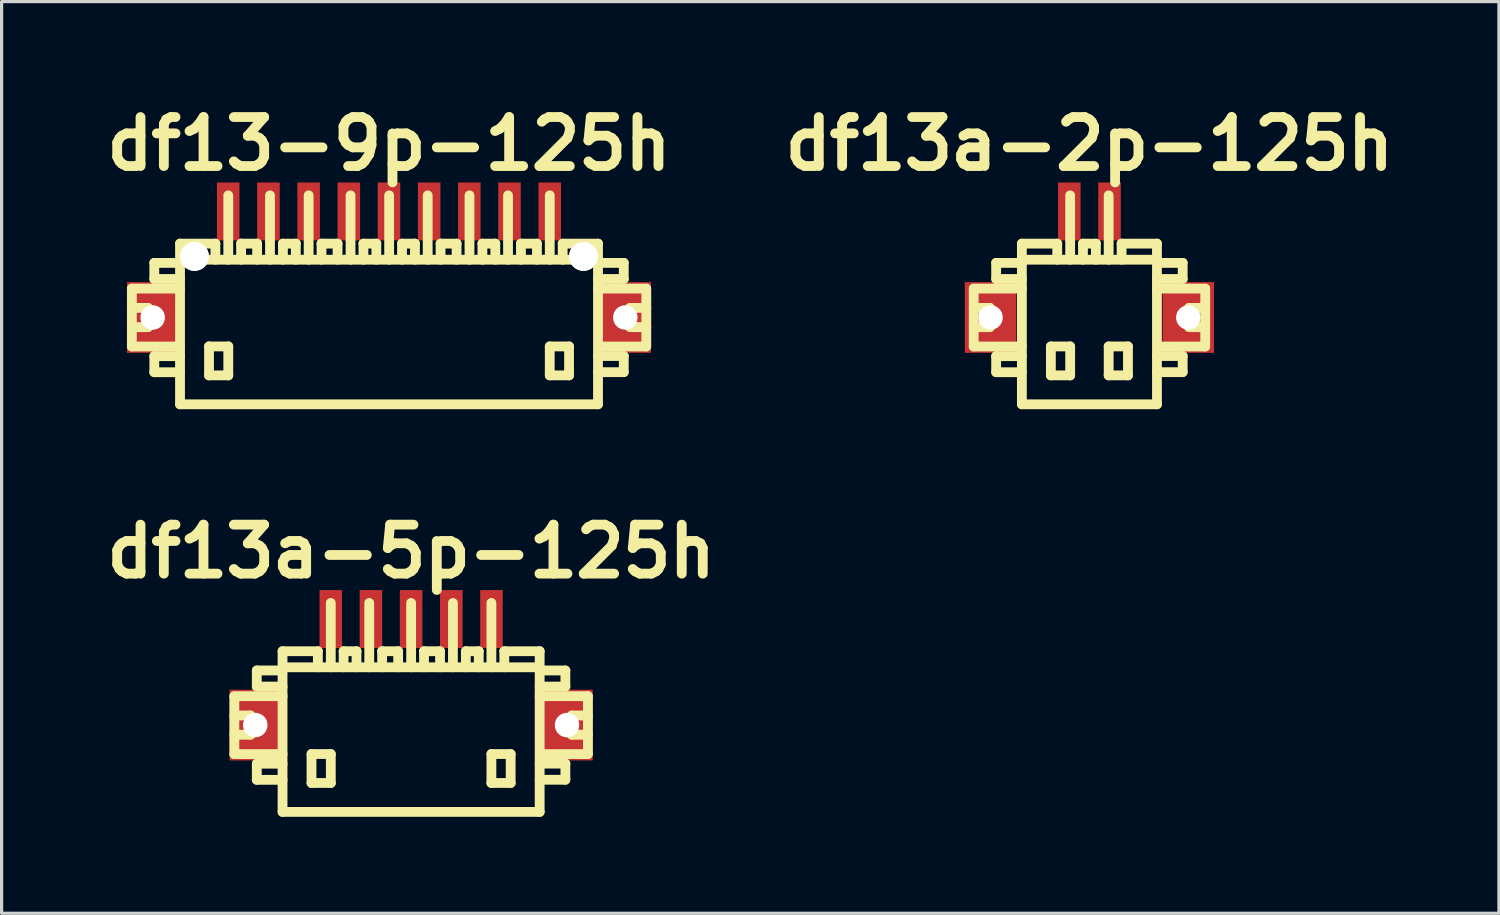
<source format=kicad_pcb>
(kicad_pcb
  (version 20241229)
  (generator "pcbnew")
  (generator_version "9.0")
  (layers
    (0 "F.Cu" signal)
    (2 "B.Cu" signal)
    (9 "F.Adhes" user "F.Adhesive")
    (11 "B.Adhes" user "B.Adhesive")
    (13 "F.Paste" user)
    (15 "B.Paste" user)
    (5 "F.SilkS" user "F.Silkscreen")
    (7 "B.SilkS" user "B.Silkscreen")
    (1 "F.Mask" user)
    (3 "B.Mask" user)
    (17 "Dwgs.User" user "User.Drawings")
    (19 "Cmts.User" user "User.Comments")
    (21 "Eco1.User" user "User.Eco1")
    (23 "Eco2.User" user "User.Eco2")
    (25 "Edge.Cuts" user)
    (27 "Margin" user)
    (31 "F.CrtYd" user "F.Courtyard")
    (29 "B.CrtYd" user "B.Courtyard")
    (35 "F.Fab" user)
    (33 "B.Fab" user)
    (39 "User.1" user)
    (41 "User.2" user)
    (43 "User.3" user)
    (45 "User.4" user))
  (footprint "df13a-5p-125h"
    (layer "F.Cu")
    (at 9.739 19.706)
    (property "Reference" "df13a-5p-125h" (at 0 -5.601 0) (layer "F.SilkS") (effects (font (size 1.524 1.524) (thickness 0.305))))
    (attr through_hole)
    (fp_line (start -5.499 -1.1) (end -5.499 0.701) (stroke (width 0.305) (type solid)) (layer "F.SilkS"))
    (fp_line (start -5.499 0.701) (end -4 0.701) (stroke (width 0.305) (type solid)) (layer "F.SilkS"))
    (fp_line (start -4.999 -0.5) (end -5.499 -0.5) (stroke (width 0.305) (type solid)) (layer "F.SilkS"))
    (fp_line (start -4.999 0.099) (end -5.499 0.099) (stroke (width 0.305) (type solid)) (layer "F.SilkS"))
    (fp_line (start -4.999 0.099) (end -4.999 -0.5) (stroke (width 0.305) (type solid)) (layer "F.SilkS"))
    (fp_line (start -4.801 -1.9) (end -4.801 -1.4) (stroke (width 0.305) (type solid)) (layer "F.SilkS"))
    (fp_line (start -4.801 -1.9) (end -4 -1.9) (stroke (width 0.305) (type solid)) (layer "F.SilkS"))
    (fp_line (start -4.801 1.001) (end -4.801 1.501) (stroke (width 0.305) (type solid)) (layer "F.SilkS"))
    (fp_line (start -4.801 1.501) (end -4 1.501) (stroke (width 0.305) (type solid)) (layer "F.SilkS"))
    (fp_line (start -4 -1.4) (end -4.801 -1.4) (stroke (width 0.305) (type solid)) (layer "F.SilkS"))
    (fp_line (start -4 -1.1) (end -5.499 -1.1) (stroke (width 0.305) (type solid)) (layer "F.SilkS"))
    (fp_line (start -4 1.001) (end -4.801 1.001) (stroke (width 0.305) (type solid)) (layer "F.SilkS"))
    (fp_line (start -4 2.499) (end -4 -2.499) (stroke (width 0.305) (type solid)) (layer "F.SilkS"))
    (fp_line (start -4 2.499) (end 4 2.499) (stroke (width 0.305) (type solid)) (layer "F.SilkS"))
    (fp_line (start -3.099 0.699) (end -3.099 1.6) (stroke (width 0.305) (type solid)) (layer "F.SilkS"))
    (fp_line (start -3.099 1.6) (end -2.499 1.6) (stroke (width 0.305) (type solid)) (layer "F.SilkS"))
    (fp_line (start -2.901 -2.499) (end -4 -2.499) (stroke (width 0.305) (type solid)) (layer "F.SilkS"))
    (fp_line (start -2.901 -2.499) (end -2.901 -1.999) (stroke (width 0.305) (type solid)) (layer "F.SilkS"))
    (fp_line (start -2.499 -4) (end -2.499 -1.999) (stroke (width 0.305) (type solid)) (layer "F.SilkS"))
    (fp_line (start -2.499 0.699) (end -3.099 0.699) (stroke (width 0.305) (type solid)) (layer "F.SilkS"))
    (fp_line (start -2.499 1.6) (end -2.499 0.699) (stroke (width 0.305) (type solid)) (layer "F.SilkS"))
    (fp_line (start -2.101 -2.499) (end -2.101 -1.999) (stroke (width 0.305) (type solid)) (layer "F.SilkS"))
    (fp_line (start -1.699 -2.499) (end -2.101 -2.499) (stroke (width 0.305) (type solid)) (layer "F.SilkS"))
    (fp_line (start -1.699 -2.499) (end -1.699 -1.999) (stroke (width 0.305) (type solid)) (layer "F.SilkS"))
    (fp_line (start -1.303 -1.999) (end -1.303 -4) (stroke (width 0.305) (type solid)) (layer "F.SilkS"))
    (fp_line (start -0.904 -2.499) (end -0.404 -2.499) (stroke (width 0.305) (type solid)) (layer "F.SilkS"))
    (fp_line (start -0.902 -1.999) (end -0.902 -2.499) (stroke (width 0.305) (type solid)) (layer "F.SilkS"))
    (fp_line (start -0.404 -2.499) (end -0.404 -1.999) (stroke (width 0.305) (type solid)) (layer "F.SilkS"))
    (fp_line (start 0 -1.999) (end 0 -4) (stroke (width 0.305) (type solid)) (layer "F.SilkS"))
    (fp_line (start 0.399 -2.499) (end 0.899 -2.499) (stroke (width 0.305) (type solid)) (layer "F.SilkS"))
    (fp_line (start 0.401 -1.999) (end 0.401 -2.499) (stroke (width 0.305) (type solid)) (layer "F.SilkS"))
    (fp_line (start 0.899 -2.499) (end 0.899 -1.999) (stroke (width 0.305) (type solid)) (layer "F.SilkS"))
    (fp_line (start 1.3 -1.999) (end 1.3 -4) (stroke (width 0.305) (type solid)) (layer "F.SilkS"))
    (fp_line (start 1.702 -2.499) (end 1.702 -1.999) (stroke (width 0.305) (type solid)) (layer "F.SilkS"))
    (fp_line (start 2.103 -2.499) (end 1.702 -2.499) (stroke (width 0.305) (type solid)) (layer "F.SilkS"))
    (fp_line (start 2.103 -2.499) (end 2.103 -1.999) (stroke (width 0.305) (type solid)) (layer "F.SilkS"))
    (fp_line (start 2.497 -1.999) (end 2.497 -4) (stroke (width 0.305) (type solid)) (layer "F.SilkS"))
    (fp_line (start 2.497 0.699) (end 3.096 0.699) (stroke (width 0.305) (type solid)) (layer "F.SilkS"))
    (fp_line (start 2.497 1.6) (end 2.497 0.699) (stroke (width 0.305) (type solid)) (layer "F.SilkS"))
    (fp_line (start 2.898 -2.499) (end 2.898 -1.999) (stroke (width 0.305) (type solid)) (layer "F.SilkS"))
    (fp_line (start 3.096 0.699) (end 3.096 1.6) (stroke (width 0.305) (type solid)) (layer "F.SilkS"))
    (fp_line (start 3.096 1.6) (end 2.497 1.6) (stroke (width 0.305) (type solid)) (layer "F.SilkS"))
    (fp_line (start 3.998 -2.499) (end 2.898 -2.499) (stroke (width 0.305) (type solid)) (layer "F.SilkS"))
    (fp_line (start 3.998 -2.499) (end 3.998 2.499) (stroke (width 0.305) (type solid)) (layer "F.SilkS"))
    (fp_line (start 3.998 -1.9) (end 4.798 -1.9) (stroke (width 0.305) (type solid)) (layer "F.SilkS"))
    (fp_line (start 3.998 0.998) (end 4.798 0.998) (stroke (width 0.305) (type solid)) (layer "F.SilkS"))
    (fp_line (start 4 -1.999) (end -4 -1.999) (stroke (width 0.305) (type solid)) (layer "F.SilkS"))
    (fp_line (start 4.798 -1.9) (end 4.798 -1.4) (stroke (width 0.305) (type solid)) (layer "F.SilkS"))
    (fp_line (start 4.798 -1.4) (end 3.998 -1.4) (stroke (width 0.305) (type solid)) (layer "F.SilkS"))
    (fp_line (start 4.798 0.998) (end 4.798 1.499) (stroke (width 0.305) (type solid)) (layer "F.SilkS"))
    (fp_line (start 4.798 1.499) (end 3.998 1.499) (stroke (width 0.305) (type solid)) (layer "F.SilkS"))
    (fp_line (start 4.999 0.099) (end 4.999 -0.5) (stroke (width 0.305) (type solid)) (layer "F.SilkS"))
    (fp_line (start 5.497 -1.1) (end 3.998 -1.1) (stroke (width 0.305) (type solid)) (layer "F.SilkS"))
    (fp_line (start 5.497 0.701) (end 4.097 0.701) (stroke (width 0.305) (type solid)) (layer "F.SilkS"))
    (fp_line (start 5.499 -1.1) (end 5.499 0.701) (stroke (width 0.305) (type solid)) (layer "F.SilkS"))
    (fp_line (start 5.499 -0.5) (end 4.999 -0.5) (stroke (width 0.305) (type solid)) (layer "F.SilkS"))
    (fp_line (start 5.499 0.099) (end 4.999 0.099) (stroke (width 0.305) (type solid)) (layer "F.SilkS"))
    (pad "" np_thru_hole rect (at -4.849 -0.201) (size 1.6 2.2) (drill 0.762) (layers "F.Cu" "F.Mask" "F.Paste"))
    (pad "" np_thru_hole rect (at 4.849 -0.201) (size 1.6 2.2) (drill 0.762) (layers "F.Cu" "F.Mask" "F.Paste"))
    (pad "1" smd rect (at 2.499 -3.5) (size 0.701 1.801) (layers "F.Cu" "F.Mask" "F.Paste"))
    (pad "2" smd rect (at 1.25 -3.5) (size 0.701 1.801) (layers "F.Cu" "F.Mask" "F.Paste"))
    (pad "3" smd rect (at 0 -3.5) (size 0.701 1.801) (layers "F.Cu" "F.Mask" "F.Paste"))
    (pad "4" smd rect (at -1.25 -3.5) (size 0.701 1.801) (layers "F.Cu" "F.Mask" "F.Paste"))
    (pad "5" smd rect (at -2.499 -3.5) (size 0.701 1.801) (layers "F.Cu" "F.Mask" "F.Paste")))
  (footprint "df13-9p-125h"
    (layer "F.Cu")
    (at 9.05 7.027)
    (property "Reference" "df13-9p-125h" (at 0 -5.601 0) (layer "F.SilkS") (effects (font (size 1.524 1.524) (thickness 0.305))))
    (attr through_hole)
    (fp_line (start -7.998 -1.1) (end -7.998 0.701) (stroke (width 0.305) (type solid)) (layer "F.SilkS"))
    (fp_line (start -7.998 0.701) (end -6.5 0.701) (stroke (width 0.305) (type solid)) (layer "F.SilkS"))
    (fp_line (start -7.498 -0.5) (end -7.998 -0.5) (stroke (width 0.305) (type solid)) (layer "F.SilkS"))
    (fp_line (start -7.498 0.099) (end -7.998 0.099) (stroke (width 0.305) (type solid)) (layer "F.SilkS"))
    (fp_line (start -7.498 0.099) (end -7.498 -0.5) (stroke (width 0.305) (type solid)) (layer "F.SilkS"))
    (fp_line (start -7.3 -1.9) (end -7.3 -1.4) (stroke (width 0.305) (type solid)) (layer "F.SilkS"))
    (fp_line (start -7.3 -1.9) (end -6.5 -1.9) (stroke (width 0.305) (type solid)) (layer "F.SilkS"))
    (fp_line (start -7.3 1.001) (end -7.3 1.501) (stroke (width 0.305) (type solid)) (layer "F.SilkS"))
    (fp_line (start -7.3 1.501) (end -6.5 1.501) (stroke (width 0.305) (type solid)) (layer "F.SilkS"))
    (fp_line (start -6.5 -1.999) (end 6.5 -1.999) (stroke (width 0.305) (type solid)) (layer "F.SilkS"))
    (fp_line (start -6.5 -1.4) (end -7.3 -1.4) (stroke (width 0.305) (type solid)) (layer "F.SilkS"))
    (fp_line (start -6.5 -1.1) (end -7.998 -1.1) (stroke (width 0.305) (type solid)) (layer "F.SilkS"))
    (fp_line (start -6.5 1.001) (end -7.3 1.001) (stroke (width 0.305) (type solid)) (layer "F.SilkS"))
    (fp_line (start -6.5 2.499) (end -6.5 -2.499) (stroke (width 0.305) (type solid)) (layer "F.SilkS"))
    (fp_line (start -5.598 0.699) (end -5.598 1.6) (stroke (width 0.305) (type solid)) (layer "F.SilkS"))
    (fp_line (start -5.598 1.6) (end -4.999 1.6) (stroke (width 0.305) (type solid)) (layer "F.SilkS"))
    (fp_line (start -5.4 -2.499) (end -6.5 -2.499) (stroke (width 0.305) (type solid)) (layer "F.SilkS"))
    (fp_line (start -5.4 -2.499) (end -5.4 -1.999) (stroke (width 0.305) (type solid)) (layer "F.SilkS"))
    (fp_line (start -4.999 -4) (end -4.999 -1.999) (stroke (width 0.305) (type solid)) (layer "F.SilkS"))
    (fp_line (start -4.999 0.699) (end -5.598 0.699) (stroke (width 0.305) (type solid)) (layer "F.SilkS"))
    (fp_line (start -4.999 1.6) (end -4.999 0.699) (stroke (width 0.305) (type solid)) (layer "F.SilkS"))
    (fp_line (start -4.602 -2.499) (end -4.102 -2.499) (stroke (width 0.305) (type solid)) (layer "F.SilkS"))
    (fp_line (start -4.6 -1.999) (end -4.6 -2.499) (stroke (width 0.305) (type solid)) (layer "F.SilkS"))
    (fp_line (start -4.102 -2.499) (end -4.102 -1.999) (stroke (width 0.305) (type solid)) (layer "F.SilkS"))
    (fp_line (start -3.701 -1.999) (end -3.701 -4) (stroke (width 0.305) (type solid)) (layer "F.SilkS"))
    (fp_line (start -3.299 -2.499) (end -3.299 -1.999) (stroke (width 0.305) (type solid)) (layer "F.SilkS"))
    (fp_line (start -2.898 -2.499) (end -3.299 -2.499) (stroke (width 0.305) (type solid)) (layer "F.SilkS"))
    (fp_line (start -2.898 -2.499) (end -2.898 -1.999) (stroke (width 0.305) (type solid)) (layer "F.SilkS"))
    (fp_line (start -2.499 -1.999) (end -2.499 -4) (stroke (width 0.305) (type solid)) (layer "F.SilkS"))
    (fp_line (start -2.101 -2.499) (end -1.6 -2.499) (stroke (width 0.305) (type solid)) (layer "F.SilkS"))
    (fp_line (start -2.098 -1.999) (end -2.098 -2.499) (stroke (width 0.305) (type solid)) (layer "F.SilkS"))
    (fp_line (start -1.6 -2.499) (end -1.6 -1.999) (stroke (width 0.305) (type solid)) (layer "F.SilkS"))
    (fp_line (start -1.196 -1.999) (end -1.196 -4) (stroke (width 0.305) (type solid)) (layer "F.SilkS"))
    (fp_line (start -0.795 -2.499) (end -0.795 -1.999) (stroke (width 0.305) (type solid)) (layer "F.SilkS"))
    (fp_line (start -0.394 -2.499) (end -0.795 -2.499) (stroke (width 0.305) (type solid)) (layer "F.SilkS"))
    (fp_line (start -0.394 -2.499) (end -0.394 -1.999) (stroke (width 0.305) (type solid)) (layer "F.SilkS"))
    (fp_line (start 0.005 -1.999) (end 0.005 -4) (stroke (width 0.305) (type solid)) (layer "F.SilkS"))
    (fp_line (start 0.406 -2.499) (end 0.406 -1.999) (stroke (width 0.305) (type solid)) (layer "F.SilkS"))
    (fp_line (start 0.808 -2.499) (end 0.406 -2.499) (stroke (width 0.305) (type solid)) (layer "F.SilkS"))
    (fp_line (start 0.808 -2.499) (end 0.808 -1.999) (stroke (width 0.305) (type solid)) (layer "F.SilkS"))
    (fp_line (start 1.204 -1.999) (end 1.204 -4) (stroke (width 0.305) (type solid)) (layer "F.SilkS"))
    (fp_line (start 1.603 -2.499) (end 2.103 -2.499) (stroke (width 0.305) (type solid)) (layer "F.SilkS"))
    (fp_line (start 1.605 -1.999) (end 1.605 -2.499) (stroke (width 0.305) (type solid)) (layer "F.SilkS"))
    (fp_line (start 2.103 -2.499) (end 2.103 -1.999) (stroke (width 0.305) (type solid)) (layer "F.SilkS"))
    (fp_line (start 2.504 -1.999) (end 2.504 -4) (stroke (width 0.305) (type solid)) (layer "F.SilkS"))
    (fp_line (start 2.906 -2.499) (end 2.906 -1.999) (stroke (width 0.305) (type solid)) (layer "F.SilkS"))
    (fp_line (start 3.307 -2.499) (end 2.906 -2.499) (stroke (width 0.305) (type solid)) (layer "F.SilkS"))
    (fp_line (start 3.307 -2.499) (end 3.307 -1.999) (stroke (width 0.305) (type solid)) (layer "F.SilkS"))
    (fp_line (start 3.703 -1.999) (end 3.703 -4) (stroke (width 0.305) (type solid)) (layer "F.SilkS"))
    (fp_line (start 4.102 -2.499) (end 4.602 -2.499) (stroke (width 0.305) (type solid)) (layer "F.SilkS"))
    (fp_line (start 4.105 -1.999) (end 4.105 -2.499) (stroke (width 0.305) (type solid)) (layer "F.SilkS"))
    (fp_line (start 4.602 -2.499) (end 4.602 -1.999) (stroke (width 0.305) (type solid)) (layer "F.SilkS"))
    (fp_line (start 5.001 -1.999) (end 5.001 -4) (stroke (width 0.305) (type solid)) (layer "F.SilkS"))
    (fp_line (start 5.001 0.699) (end 5.601 0.699) (stroke (width 0.305) (type solid)) (layer "F.SilkS"))
    (fp_line (start 5.001 1.6) (end 5.001 0.699) (stroke (width 0.305) (type solid)) (layer "F.SilkS"))
    (fp_line (start 5.403 -2.499) (end 5.403 -1.999) (stroke (width 0.305) (type solid)) (layer "F.SilkS"))
    (fp_line (start 5.601 0.699) (end 5.601 1.6) (stroke (width 0.305) (type solid)) (layer "F.SilkS"))
    (fp_line (start 5.601 1.6) (end 5.001 1.6) (stroke (width 0.305) (type solid)) (layer "F.SilkS"))
    (fp_line (start 6.5 2.499) (end -6.5 2.499) (stroke (width 0.305) (type solid)) (layer "F.SilkS"))
    (fp_line (start 6.502 -2.499) (end 5.403 -2.499) (stroke (width 0.305) (type solid)) (layer "F.SilkS"))
    (fp_line (start 6.502 -2.499) (end 6.502 2.499) (stroke (width 0.305) (type solid)) (layer "F.SilkS"))
    (fp_line (start 6.502 -1.9) (end 7.303 -1.9) (stroke (width 0.305) (type solid)) (layer "F.SilkS"))
    (fp_line (start 6.502 0.998) (end 7.303 0.998) (stroke (width 0.305) (type solid)) (layer "F.SilkS"))
    (fp_line (start 7.303 -1.9) (end 7.303 -1.4) (stroke (width 0.305) (type solid)) (layer "F.SilkS"))
    (fp_line (start 7.303 -1.4) (end 6.502 -1.4) (stroke (width 0.305) (type solid)) (layer "F.SilkS"))
    (fp_line (start 7.303 0.998) (end 7.303 1.499) (stroke (width 0.305) (type solid)) (layer "F.SilkS"))
    (fp_line (start 7.303 1.499) (end 6.502 1.499) (stroke (width 0.305) (type solid)) (layer "F.SilkS"))
    (fp_line (start 7.503 0.099) (end 7.503 -0.5) (stroke (width 0.305) (type solid)) (layer "F.SilkS"))
    (fp_line (start 8.001 -1.1) (end 6.502 -1.1) (stroke (width 0.305) (type solid)) (layer "F.SilkS"))
    (fp_line (start 8.001 0.701) (end 6.601 0.701) (stroke (width 0.305) (type solid)) (layer "F.SilkS"))
    (fp_line (start 8.004 -1.1) (end 8.004 0.701) (stroke (width 0.305) (type solid)) (layer "F.SilkS"))
    (fp_line (start 8.004 -0.5) (end 7.503 -0.5) (stroke (width 0.305) (type solid)) (layer "F.SilkS"))
    (fp_line (start 8.004 0.099) (end 7.503 0.099) (stroke (width 0.305) (type solid)) (layer "F.SilkS"))
    (pad "" np_thru_hole rect (at -7.351 -0.201) (size 1.6 2.2) (drill 0.762) (layers "F.Cu" "F.Mask" "F.Paste"))
    (pad "" np_thru_hole circle (at -6.05 -2.101) (size 0.899 0.899) (drill 0.899) (layers "*.Cu" "*.Mask" "F.SilkS"))
    (pad "" np_thru_hole circle (at 6.05 -2.101) (size 0.899 0.899) (drill 0.899) (layers "*.Cu" "*.Mask" "F.SilkS"))
    (pad "" np_thru_hole rect (at 7.351 -0.201) (size 1.6 2.2) (drill 0.762) (layers "F.Cu" "F.Mask" "F.Paste"))
    (pad "1" smd rect (at 5.001 -3.5) (size 0.701 1.801) (layers "F.Cu" "F.Mask" "F.Paste"))
    (pad "2" smd rect (at 3.749 -3.5) (size 0.701 1.801) (layers "F.Cu" "F.Mask" "F.Paste"))
    (pad "3" smd rect (at 2.499 -3.5) (size 0.701 1.801) (layers "F.Cu" "F.Mask" "F.Paste"))
    (pad "4" smd rect (at 1.25 -3.5) (size 0.701 1.801) (layers "F.Cu" "F.Mask" "F.Paste"))
    (pad "5" smd rect (at 0 -3.5) (size 0.701 1.801) (layers "F.Cu" "F.Mask" "F.Paste"))
    (pad "6" smd rect (at -1.25 -3.5) (size 0.701 1.801) (layers "F.Cu" "F.Mask" "F.Paste"))
    (pad "7" smd rect (at -2.499 -3.5) (size 0.701 1.801) (layers "F.Cu" "F.Mask" "F.Paste"))
    (pad "8" smd rect (at -3.749 -3.5) (size 0.701 1.801) (layers "F.Cu" "F.Mask" "F.Paste"))
    (pad "9" smd rect (at -5.001 -3.5) (size 0.701 1.801) (layers "F.Cu" "F.Mask" "F.Paste")))
  (footprint "df13a-2p-125h"
    (layer "F.Cu")
    (at 30.838 7.027)
    (property "Reference" "df13a-2p-125h" (at 0 -5.601 0) (layer "F.SilkS") (effects (font (size 1.524 1.524) (thickness 0.305))))
    (attr through_hole)
    (fp_line (start -3.599 -1.1) (end -3.599 0.701) (stroke (width 0.305) (type solid)) (layer "F.SilkS"))
    (fp_line (start -3.599 0.701) (end -2.101 0.701) (stroke (width 0.305) (type solid)) (layer "F.SilkS"))
    (fp_line (start -3.099 -0.5) (end -3.599 -0.5) (stroke (width 0.305) (type solid)) (layer "F.SilkS"))
    (fp_line (start -3.099 0.099) (end -3.599 0.099) (stroke (width 0.305) (type solid)) (layer "F.SilkS"))
    (fp_line (start -3.099 0.099) (end -3.099 -0.5) (stroke (width 0.305) (type solid)) (layer "F.SilkS"))
    (fp_line (start -2.901 -1.9) (end -2.901 -1.4) (stroke (width 0.305) (type solid)) (layer "F.SilkS"))
    (fp_line (start -2.901 -1.9) (end -2.101 -1.9) (stroke (width 0.305) (type solid)) (layer "F.SilkS"))
    (fp_line (start -2.901 1.001) (end -2.901 1.501) (stroke (width 0.305) (type solid)) (layer "F.SilkS"))
    (fp_line (start -2.901 1.501) (end -2.101 1.501) (stroke (width 0.305) (type solid)) (layer "F.SilkS"))
    (fp_line (start -2.101 -1.4) (end -2.901 -1.4) (stroke (width 0.305) (type solid)) (layer "F.SilkS"))
    (fp_line (start -2.101 -1.1) (end -3.599 -1.1) (stroke (width 0.305) (type solid)) (layer "F.SilkS"))
    (fp_line (start -2.101 1.001) (end -2.901 1.001) (stroke (width 0.305) (type solid)) (layer "F.SilkS"))
    (fp_line (start -2.101 2.499) (end -2.101 -2.499) (stroke (width 0.305) (type solid)) (layer "F.SilkS"))
    (fp_line (start -1.199 0.699) (end -1.199 1.6) (stroke (width 0.305) (type solid)) (layer "F.SilkS"))
    (fp_line (start -1.199 1.6) (end -0.599 1.6) (stroke (width 0.305) (type solid)) (layer "F.SilkS"))
    (fp_line (start -1.001 -2.499) (end -2.101 -2.499) (stroke (width 0.305) (type solid)) (layer "F.SilkS"))
    (fp_line (start -1.001 -2.499) (end -1.001 -1.999) (stroke (width 0.305) (type solid)) (layer "F.SilkS"))
    (fp_line (start -0.599 -4) (end -0.599 -1.999) (stroke (width 0.305) (type solid)) (layer "F.SilkS"))
    (fp_line (start -0.599 0.699) (end -1.199 0.699) (stroke (width 0.305) (type solid)) (layer "F.SilkS"))
    (fp_line (start -0.599 1.6) (end -0.599 0.699) (stroke (width 0.305) (type solid)) (layer "F.SilkS"))
    (fp_line (start -0.201 -2.499) (end -0.201 -1.999) (stroke (width 0.305) (type solid)) (layer "F.SilkS"))
    (fp_line (start 0.201 -2.499) (end -0.201 -2.499) (stroke (width 0.305) (type solid)) (layer "F.SilkS"))
    (fp_line (start 0.201 -2.499) (end 0.201 -1.999) (stroke (width 0.305) (type solid)) (layer "F.SilkS"))
    (fp_line (start 0.599 -1.999) (end 0.599 -4) (stroke (width 0.305) (type solid)) (layer "F.SilkS"))
    (fp_line (start 0.599 0.699) (end 1.199 0.699) (stroke (width 0.305) (type solid)) (layer "F.SilkS"))
    (fp_line (start 0.599 1.6) (end 0.599 0.699) (stroke (width 0.305) (type solid)) (layer "F.SilkS"))
    (fp_line (start 1.001 -2.499) (end 1.001 -1.999) (stroke (width 0.305) (type solid)) (layer "F.SilkS"))
    (fp_line (start 1.199 0.699) (end 1.199 1.6) (stroke (width 0.305) (type solid)) (layer "F.SilkS"))
    (fp_line (start 1.199 1.6) (end 0.599 1.6) (stroke (width 0.305) (type solid)) (layer "F.SilkS"))
    (fp_line (start 2.101 -2.499) (end 1.001 -2.499) (stroke (width 0.305) (type solid)) (layer "F.SilkS"))
    (fp_line (start 2.101 -2.499) (end 2.101 2.499) (stroke (width 0.305) (type solid)) (layer "F.SilkS"))
    (fp_line (start 2.101 -1.999) (end -2.101 -1.999) (stroke (width 0.305) (type solid)) (layer "F.SilkS"))
    (fp_line (start 2.101 -1.9) (end 2.901 -1.9) (stroke (width 0.305) (type solid)) (layer "F.SilkS"))
    (fp_line (start 2.101 0.998) (end 2.901 0.998) (stroke (width 0.305) (type solid)) (layer "F.SilkS"))
    (fp_line (start 2.101 2.499) (end -2.101 2.499) (stroke (width 0.305) (type solid)) (layer "F.SilkS"))
    (fp_line (start 2.901 -1.9) (end 2.901 -1.4) (stroke (width 0.305) (type solid)) (layer "F.SilkS"))
    (fp_line (start 2.901 -1.4) (end 2.101 -1.4) (stroke (width 0.305) (type solid)) (layer "F.SilkS"))
    (fp_line (start 2.901 0.998) (end 2.901 1.499) (stroke (width 0.305) (type solid)) (layer "F.SilkS"))
    (fp_line (start 2.901 1.499) (end 2.101 1.499) (stroke (width 0.305) (type solid)) (layer "F.SilkS"))
    (fp_line (start 3.101 0.099) (end 3.101 -0.5) (stroke (width 0.305) (type solid)) (layer "F.SilkS"))
    (fp_line (start 3.599 -1.1) (end 2.101 -1.1) (stroke (width 0.305) (type solid)) (layer "F.SilkS"))
    (fp_line (start 3.599 0.701) (end 2.2 0.701) (stroke (width 0.305) (type solid)) (layer "F.SilkS"))
    (fp_line (start 3.602 -1.1) (end 3.602 0.701) (stroke (width 0.305) (type solid)) (layer "F.SilkS"))
    (fp_line (start 3.602 -0.5) (end 3.101 -0.5) (stroke (width 0.305) (type solid)) (layer "F.SilkS"))
    (fp_line (start 3.602 0.099) (end 3.101 0.099) (stroke (width 0.305) (type solid)) (layer "F.SilkS"))
    (pad "" np_thru_hole rect (at -3.076 -0.201) (size 1.6 2.2) (drill 0.762) (layers "F.Cu" "F.Mask" "F.Paste"))
    (pad "" np_thru_hole rect (at 3.076 -0.201) (size 1.6 2.2) (drill 0.762) (layers "F.Cu" "F.Mask" "F.Paste"))
    (pad "1" smd rect (at 0.625 -3.5) (size 0.701 1.801) (layers "F.Cu" "F.Mask" "F.Paste"))
    (pad "2" smd rect (at -0.625 -3.5) (size 0.701 1.801) (layers "F.Cu" "F.Mask" "F.Paste")))
  (gr_rect
    (start -3 -3)
    (end 43.577 25.358)
    (stroke (width 0.1) (type default))
    (fill no)
    (layer "Edge.Cuts")))
</source>
